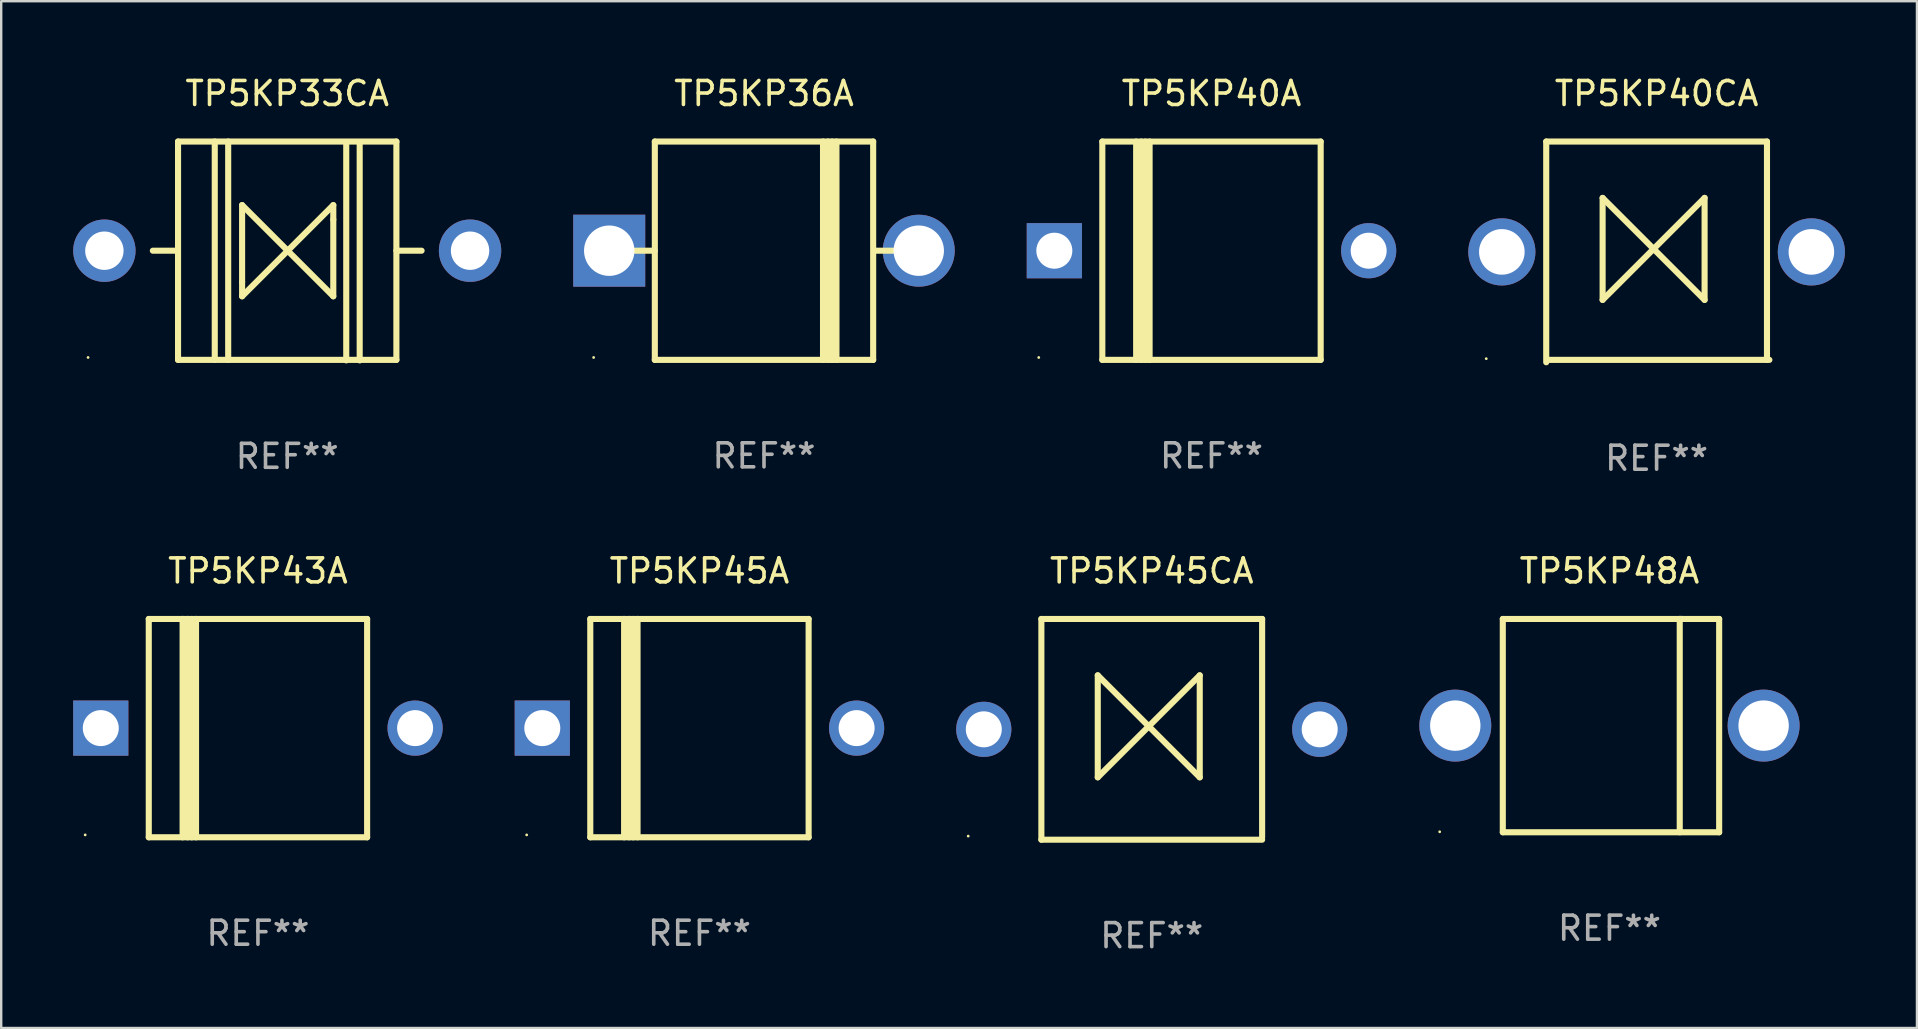
<source format=kicad_pcb>
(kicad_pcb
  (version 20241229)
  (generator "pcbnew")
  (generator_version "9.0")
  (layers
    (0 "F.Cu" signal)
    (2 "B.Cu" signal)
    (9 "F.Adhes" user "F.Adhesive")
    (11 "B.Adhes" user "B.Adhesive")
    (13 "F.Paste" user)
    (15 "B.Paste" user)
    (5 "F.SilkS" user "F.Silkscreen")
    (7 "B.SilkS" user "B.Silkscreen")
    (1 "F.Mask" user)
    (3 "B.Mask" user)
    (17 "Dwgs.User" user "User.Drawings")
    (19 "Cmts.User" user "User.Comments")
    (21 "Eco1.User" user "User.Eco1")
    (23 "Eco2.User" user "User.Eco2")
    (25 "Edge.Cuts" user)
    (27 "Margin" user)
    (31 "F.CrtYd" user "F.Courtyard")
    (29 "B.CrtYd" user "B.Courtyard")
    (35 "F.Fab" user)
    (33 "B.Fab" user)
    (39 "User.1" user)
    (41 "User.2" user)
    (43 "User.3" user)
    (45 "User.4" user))
  (footprint "TP5KP43A"
    (layer "F.Cu")
    (at 7.7 27.295)
    (property "Reference" "TP5KP43A" (at 0 -6.551 0) (layer "F.SilkS") (effects (font (size 1 1) (thickness 0.15))))
    (attr through_hole)
    (fp_line (start -4.55 -4.55) (end -4.55 4.55) (stroke (width 0.254) (type solid)) (layer "F.SilkS"))
    (fp_line (start -4.55 -4.55) (end 4.55 -4.55) (stroke (width 0.254) (type solid)) (layer "F.SilkS"))
    (fp_line (start -3.14 4.55) (end -3.14 -4.551) (stroke (width 0.254) (type solid)) (layer "F.SilkS"))
    (fp_line (start -2.93 4.55) (end -2.93 -4.551) (stroke (width 0.254) (type solid)) (layer "F.SilkS"))
    (fp_line (start -2.759 4.551) (end -2.759 -4.55) (stroke (width 0.254) (type solid)) (layer "F.SilkS"))
    (fp_line (start -2.58 4.55) (end -2.58 -4.551) (stroke (width 0.254) (type solid)) (layer "F.SilkS"))
    (fp_line (start 4.55 4.55) (end 4.55 -4.55) (stroke (width 0.254) (type solid)) (layer "F.SilkS"))
    (fp_line (start 4.55 4.549) (end -4.55 4.549) (stroke (width 0.254) (type solid)) (layer "F.SilkS"))
    (fp_circle (center -7.2 4.45) (end -7.17 4.45) (stroke (width 0.06) (type solid)) (fill no) (layer "F.SilkS"))
    (fp_text user "REF**" (at 0 8.551 0) (layer "F.Fab") (effects (font (size 1 1) (thickness 0.15))))
    (pad "1" thru_hole rect (at -6.55 -0.000483 180) (size 2.3 2.3) (drill 1.5) (layers "*.Cu" "*.Mask"))
    (pad "2" thru_hole circle (at 6.55 -0.000483) (size 2.3 2.3) (drill 1.5) (layers "*.Cu" "*.Mask")))
  (footprint "TP5KP40A"
    (layer "F.Cu")
    (at 47.44 7.399)
    (property "Reference" "TP5KP40A" (at 0 -6.551 0) (layer "F.SilkS") (effects (font (size 1 1) (thickness 0.15))))
    (attr through_hole)
    (fp_line (start -4.55 -4.55) (end -4.55 4.55) (stroke (width 0.254) (type solid)) (layer "F.SilkS"))
    (fp_line (start -4.55 -4.55) (end 4.55 -4.55) (stroke (width 0.254) (type solid)) (layer "F.SilkS"))
    (fp_line (start -3.14 4.55) (end -3.14 -4.551) (stroke (width 0.254) (type solid)) (layer "F.SilkS"))
    (fp_line (start -2.93 4.55) (end -2.93 -4.551) (stroke (width 0.254) (type solid)) (layer "F.SilkS"))
    (fp_line (start -2.759 4.551) (end -2.759 -4.55) (stroke (width 0.254) (type solid)) (layer "F.SilkS"))
    (fp_line (start -2.58 4.55) (end -2.58 -4.551) (stroke (width 0.254) (type solid)) (layer "F.SilkS"))
    (fp_line (start 4.55 4.55) (end 4.55 -4.55) (stroke (width 0.254) (type solid)) (layer "F.SilkS"))
    (fp_line (start 4.55 4.549) (end -4.55 4.549) (stroke (width 0.254) (type solid)) (layer "F.SilkS"))
    (fp_circle (center -7.2 4.45) (end -7.17 4.45) (stroke (width 0.06) (type solid)) (fill no) (layer "F.SilkS"))
    (fp_text user "REF**" (at 0 8.551 0) (layer "F.Fab") (effects (font (size 1 1) (thickness 0.15))))
    (pad "1" thru_hole rect (at -6.55 -0.000483 180) (size 2.3 2.3) (drill 1.5) (layers "*.Cu" "*.Mask"))
    (pad "2" thru_hole circle (at 6.55 -0.000483) (size 2.3 2.3) (drill 1.5) (layers "*.Cu" "*.Mask")))
  (footprint "TP5KP36A"
    (layer "F.Cu")
    (at 28.79 7.399)
    (property "Reference" "TP5KP36A" (at 0 -6.551 0) (layer "F.SilkS") (effects (font (size 1 1) (thickness 0.15))))
    (attr through_hole)
    (fp_line (start -5.6 -0.001) (end -4.55 -0.001) (stroke (width 0.254) (type solid)) (layer "F.SilkS"))
    (fp_line (start -4.55 -4.551) (end -4.55 4.55) (stroke (width 0.254) (type solid)) (layer "F.SilkS"))
    (fp_line (start -4.55 -4.551) (end 4.55 -4.551) (stroke (width 0.254) (type solid)) (layer "F.SilkS"))
    (fp_line (start 2.46 4.55) (end 2.46 -4.551) (stroke (width 0.254) (type solid)) (layer "F.SilkS"))
    (fp_line (start 2.67 4.55) (end 2.67 -4.551) (stroke (width 0.254) (type solid)) (layer "F.SilkS"))
    (fp_line (start 2.841 4.551) (end 2.841 -4.55) (stroke (width 0.254) (type solid)) (layer "F.SilkS"))
    (fp_line (start 3.02 4.55) (end 3.02 -4.551) (stroke (width 0.254) (type solid)) (layer "F.SilkS"))
    (fp_line (start 4.55 4.55) (end 4.55 -4.551) (stroke (width 0.254) (type solid)) (layer "F.SilkS"))
    (fp_line (start 4.55 4.549) (end -4.55 4.549) (stroke (width 0.254) (type solid)) (layer "F.SilkS"))
    (fp_line (start 4.58 -0.001) (end 5.6 -0.001) (stroke (width 0.254) (type solid)) (layer "F.SilkS"))
    (fp_circle (center -7.1 4.449) (end -7.07 4.449) (stroke (width 0.06) (type solid)) (fill no) (layer "F.SilkS"))
    (fp_text user "REF**" (at 0 8.551 0) (layer "F.Fab") (effects (font (size 1 1) (thickness 0.15))))
    (pad "1" thru_hole rect (at -6.45 -0.001 180) (size 3 3) (drill 2.1) (layers "*.Cu" "*.Mask"))
    (pad "2" thru_hole circle (at 6.45 -0.001) (size 3 3) (drill 2.1) (layers "*.Cu" "*.Mask")))
  (footprint "TP5KP45CA"
    (layer "F.Cu")
    (at 44.95 27.345)
    (property "Reference" "TP5KP45CA" (at 0 -6.6 0) (layer "F.SilkS") (effects (font (size 1 1) (thickness 0.15))))
    (attr through_hole)
    (fp_line (start -4.6 -4.6) (end -4.6 4.6) (stroke (width 0.254) (type solid)) (layer "F.SilkS"))
    (fp_line (start -4.6 -4.6) (end 4.6 -4.6) (stroke (width 0.254) (type solid)) (layer "F.SilkS"))
    (fp_line (start -4.6 4.6) (end 4.6 4.6) (stroke (width 0.254) (type solid)) (layer "F.SilkS"))
    (fp_line (start -2.25 -2.25) (end -2.25 2) (stroke (width 0.254) (type solid)) (layer "F.SilkS"))
    (fp_line (start -2.25 2) (end 2 -2.25) (stroke (width 0.254) (type solid)) (layer "F.SilkS"))
    (fp_line (start 2 -2.25) (end 2 2) (stroke (width 0.254) (type solid)) (layer "F.SilkS"))
    (fp_line (start 2 2) (end -2.25 -2.25) (stroke (width 0.254) (type solid)) (layer "F.SilkS"))
    (fp_line (start 4.6 -4.6) (end 4.6 4.5) (stroke (width 0.254) (type solid)) (layer "F.SilkS"))
    (fp_circle (center -7.65 4.45) (end -7.62 4.45) (stroke (width 0.06) (type solid)) (fill no) (layer "F.SilkS"))
    (fp_text user "REF**" (at 0 8.6 0) (layer "F.Fab") (effects (font (size 1 1) (thickness 0.15))))
    (pad "1" thru_hole circle (at -7 0) (size 2.3 2.3) (drill 1.5) (layers "*.Cu" "*.Mask"))
    (pad "2" thru_hole circle (at 7 0) (size 2.3 2.3) (drill 1.5) (layers "*.Cu" "*.Mask")))
  (footprint "TP5KP48A"
    (layer "F.Cu")
    (at 64.025 27.19)
    (property "Reference" "TP5KP48A" (at 0 -6.445 0) (layer "F.SilkS") (effects (font (size 1 1) (thickness 0.15))))
    (attr through_hole)
    (fp_line (start -4.445 -4.445) (end -4.445 4.445) (stroke (width 0.254) (type solid)) (layer "F.SilkS"))
    (fp_line (start -4.445 4.445) (end 4.572 4.445) (stroke (width 0.254) (type solid)) (layer "F.SilkS"))
    (fp_line (start 2.929 -4.445) (end 2.929 4.445) (stroke (width 0.254) (type solid)) (layer "F.SilkS"))
    (fp_line (start 3.029 -4.445) (end 2.929 -4.445) (stroke (width 0.254) (type solid)) (layer "F.SilkS"))
    (fp_line (start 4.572 -4.445) (end -4.445 -4.445) (stroke (width 0.254) (type solid)) (layer "F.SilkS"))
    (fp_line (start 4.572 4.445) (end 4.572 -4.445) (stroke (width 0.254) (type solid)) (layer "F.SilkS"))
    (fp_circle (center -7.075 4.425) (end -7.045 4.425) (stroke (width 0.06) (type solid)) (fill no) (layer "F.SilkS"))
    (fp_text user "REF**" (at 0 8.445 0) (layer "F.Fab") (effects (font (size 1 1) (thickness 0.15))))
    (pad "1" thru_hole circle (at -6.425 0) (size 3 3) (drill 2.1) (layers "*.Cu" "*.Mask"))
    (pad "2" thru_hole circle (at 6.425 0) (size 3 3) (drill 2.1) (layers "*.Cu" "*.Mask")))
  (footprint "TP5KP40CA"
    (layer "F.Cu")
    (at 65.99 7.448)
    (property "Reference" "TP5KP40CA" (at 0 -6.6 0) (layer "F.SilkS") (effects (font (size 1 1) (thickness 0.15))))
    (attr through_hole)
    (fp_line (start -4.6 -4.6) (end -4.6 4.6) (stroke (width 0.254) (type solid)) (layer "F.SilkS"))
    (fp_line (start -4.6 -4.6) (end 4.6 -4.6) (stroke (width 0.254) (type solid)) (layer "F.SilkS"))
    (fp_line (start -4.5 4.5) (end 4.7 4.5) (stroke (width 0.254) (type solid)) (layer "F.SilkS"))
    (fp_line (start -2.25 -2.25) (end -2.25 2) (stroke (width 0.254) (type solid)) (layer "F.SilkS"))
    (fp_line (start -2.25 2) (end 2 -2.25) (stroke (width 0.254) (type solid)) (layer "F.SilkS"))
    (fp_line (start 2 -2.25) (end 2 2) (stroke (width 0.254) (type solid)) (layer "F.SilkS"))
    (fp_line (start 2 2) (end -2.25 -2.25) (stroke (width 0.254) (type solid)) (layer "F.SilkS"))
    (fp_line (start 4.6 -4.6) (end 4.6 4.5) (stroke (width 0.254) (type solid)) (layer "F.SilkS"))
    (fp_circle (center -7.1 4.45) (end -7.07 4.45) (stroke (width 0.06) (type solid)) (fill no) (layer "F.SilkS"))
    (fp_text user "REF**" (at 0 8.6 0) (layer "F.Fab") (effects (font (size 1 1) (thickness 0.15))))
    (pad "1" thru_hole circle (at -6.45 0) (size 2.8 2.8) (drill 1.9) (layers "*.Cu" "*.Mask"))
    (pad "2" thru_hole circle (at 6.45 0) (size 2.8 2.8) (drill 1.9) (layers "*.Cu" "*.Mask")))
  (footprint "TP5KP45A"
    (layer "F.Cu")
    (at 26.1 27.295)
    (property "Reference" "TP5KP45A" (at 0 -6.551 0) (layer "F.SilkS") (effects (font (size 1 1) (thickness 0.15))))
    (attr through_hole)
    (fp_line (start -4.55 -4.55) (end -4.55 4.55) (stroke (width 0.254) (type solid)) (layer "F.SilkS"))
    (fp_line (start -4.55 -4.55) (end 4.55 -4.55) (stroke (width 0.254) (type solid)) (layer "F.SilkS"))
    (fp_line (start -3.14 4.55) (end -3.14 -4.551) (stroke (width 0.254) (type solid)) (layer "F.SilkS"))
    (fp_line (start -2.93 4.55) (end -2.93 -4.551) (stroke (width 0.254) (type solid)) (layer "F.SilkS"))
    (fp_line (start -2.759 4.551) (end -2.759 -4.55) (stroke (width 0.254) (type solid)) (layer "F.SilkS"))
    (fp_line (start -2.58 4.55) (end -2.58 -4.551) (stroke (width 0.254) (type solid)) (layer "F.SilkS"))
    (fp_line (start 4.55 4.55) (end 4.55 -4.55) (stroke (width 0.254) (type solid)) (layer "F.SilkS"))
    (fp_line (start 4.55 4.549) (end -4.55 4.549) (stroke (width 0.254) (type solid)) (layer "F.SilkS"))
    (fp_circle (center -7.2 4.45) (end -7.17 4.45) (stroke (width 0.06) (type solid)) (fill no) (layer "F.SilkS"))
    (fp_text user "REF**" (at 0 8.551 0) (layer "F.Fab") (effects (font (size 1 1) (thickness 0.15))))
    (pad "1" thru_hole rect (at -6.55 -0.000483 180) (size 2.3 2.3) (drill 1.5) (layers "*.Cu" "*.Mask"))
    (pad "2" thru_hole circle (at 6.55 -0.000483) (size 2.3 2.3) (drill 1.5) (layers "*.Cu" "*.Mask")))
  (footprint "TP5KP33CA"
    (layer "F.Cu")
    (at 8.92 7.409)
    (property "Reference" "TP5KP33CA" (at 0 -6.561 0) (layer "F.SilkS") (effects (font (size 1 1) (thickness 0.15))))
    (attr through_hole)
    (fp_line (start -4.58 -0.011) (end -5.6 -0.011) (stroke (width 0.254) (type solid)) (layer "F.SilkS"))
    (fp_line (start -4.55 -4.561) (end 4.55 -4.561) (stroke (width 0.254) (type solid)) (layer "F.SilkS"))
    (fp_line (start -4.55 -4.561) (end -4.55 4.539) (stroke (width 0.254) (type solid)) (layer "F.SilkS"))
    (fp_line (start -3.02 -4.561) (end -3.02 4.539) (stroke (width 0.254) (type solid)) (layer "F.SilkS"))
    (fp_line (start -2.46 -4.561) (end -2.46 4.539) (stroke (width 0.254) (type solid)) (layer "F.SilkS"))
    (fp_line (start -1.88 -1.911) (end 0.02 -0.011) (stroke (width 0.254) (type solid)) (layer "F.SilkS"))
    (fp_line (start -1.88 1.289) (end -1.88 -1.911) (stroke (width 0.254) (type solid)) (layer "F.SilkS"))
    (fp_line (start -1.88 1.889) (end -1.88 1.289) (stroke (width 0.254) (type solid)) (layer "F.SilkS"))
    (fp_line (start 0.02 -0.011) (end -1.88 1.889) (stroke (width 0.254) (type solid)) (layer "F.SilkS"))
    (fp_line (start 0.02 -0.011) (end 1.92 -1.911) (stroke (width 0.254) (type solid)) (layer "F.SilkS"))
    (fp_line (start 1.92 -1.911) (end 1.92 -1.311) (stroke (width 0.254) (type solid)) (layer "F.SilkS"))
    (fp_line (start 1.92 -1.311) (end 1.92 1.889) (stroke (width 0.254) (type solid)) (layer "F.SilkS"))
    (fp_line (start 1.92 1.889) (end 0.02 -0.011) (stroke (width 0.254) (type solid)) (layer "F.SilkS"))
    (fp_line (start 2.46 -4.539) (end 2.46 4.561) (stroke (width 0.254) (type solid)) (layer "F.SilkS"))
    (fp_line (start 3.02 -4.539) (end 3.02 4.561) (stroke (width 0.254) (type solid)) (layer "F.SilkS"))
    (fp_line (start 4.55 4.539) (end -4.55 4.539) (stroke (width 0.254) (type solid)) (layer "F.SilkS"))
    (fp_line (start 4.55 4.539) (end 4.55 -4.561) (stroke (width 0.254) (type solid)) (layer "F.SilkS"))
    (fp_line (start 5.6 -0.011) (end 4.55 -0.011) (stroke (width 0.254) (type solid)) (layer "F.SilkS"))
    (fp_circle (center -8.3 4.439) (end -8.27 4.439) (stroke (width 0.06) (type solid)) (fill no) (layer "F.SilkS"))
    (fp_text user "REF**" (at 0 8.561 0) (layer "F.Fab") (effects (font (size 1 1) (thickness 0.15))))
    (pad "1" thru_hole circle (at -7.62 -0.011) (size 2.6 2.6) (drill 1.6) (layers "*.Cu" "*.Mask"))
    (pad "2" thru_hole circle (at 7.62 -0.011) (size 2.6 2.6) (drill 1.6) (layers "*.Cu" "*.Mask")))
  (gr_rect
    (start -3 -3)
    (end 76.84 39.793)
    (stroke (width 0.1) (type default))
    (fill no)
    (layer "Edge.Cuts")))
</source>
